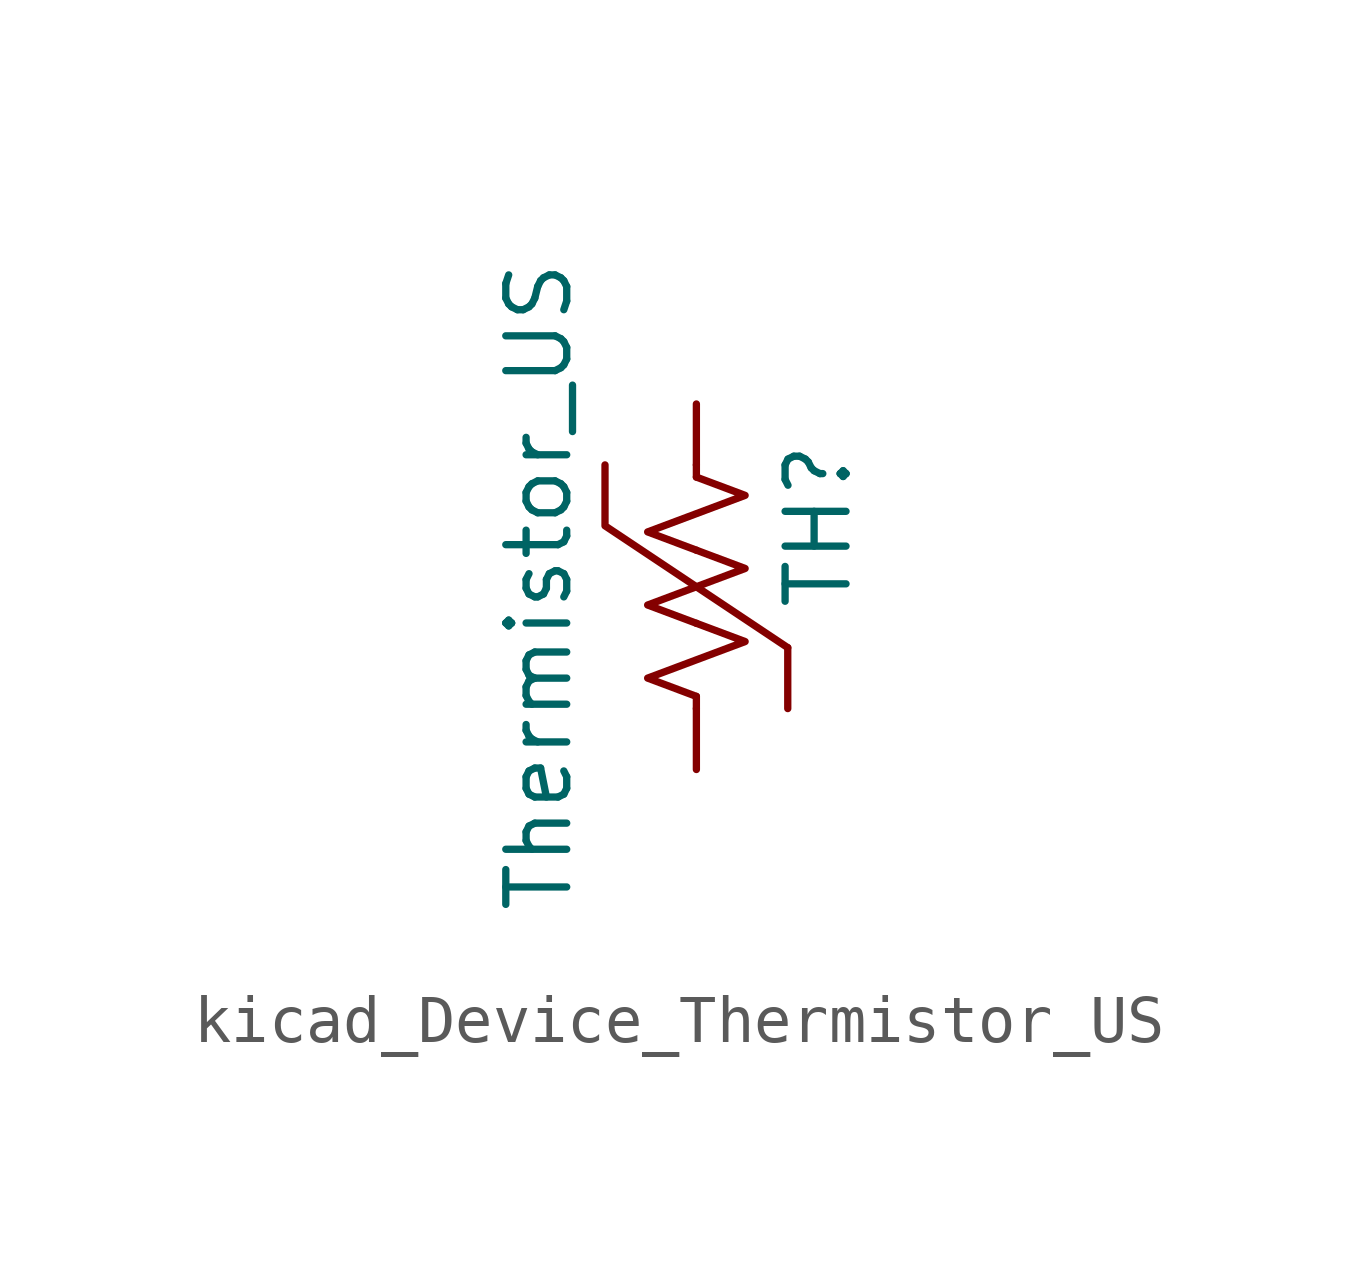
<source format=kicad_sym>
(kicad_symbol_lib
  (version 20220914)
  (generator kicad_symbol_editor)
  (symbol "kicad_Device_Thermistor_US"
    (pin_numbers hide)
    (pin_names
      (offset 0))
    (property "Reference" "TH"
      (at 2.54 1.27 90)
      (effects (font (size 1.27 1.27))))
    (property "Value" "Thermistor_US"
      (at -2.54 0 90)
      (effects (font (size 1.27 1.27)) (justify bottom)))
    (symbol "kicad_Device_Thermistor_US_0_1"
      (polyline (pts (xy 0 -2.286) (xy 0 -2.54)) (stroke (width 0) (type default)) (fill (type none)))
      (polyline (pts (xy 0 2.286) (xy 0 2.54)) (stroke (width 0) (type default)) (fill (type none)))
      (polyline (pts (xy 1.905 -1.27) (xy 1.905 -2.54)) (stroke (width 0) (type default)) (fill (type none)))
      (polyline (pts (xy -1.905 2.54) (xy -1.905 1.27) (xy 1.905 -1.27)) (stroke (width 0) (type default)) (fill (type none)))
      (polyline (pts (xy 0 -0.762) (xy 1.016 -1.143) (xy 0 -1.524) (xy -1.016 -1.905) (xy 0 -2.286)) (stroke (width 0) (type default)) (fill (type none)))
      (polyline (pts (xy 0 0.762) (xy 1.016 0.381) (xy 0 0) (xy -1.016 -0.381) (xy 0 -0.762)) (stroke (width 0) (type default)) (fill (type none)))
      (polyline (pts (xy 0 2.286) (xy 1.016 1.905) (xy 0 1.524) (xy -1.016 1.143) (xy 0 0.762)) (stroke (width 0) (type default)) (fill (type none))))
    (symbol "kicad_Device_Thermistor_US_1_1"
      (pin passive line (at 0 3.81 270) (length 1.27) (name "~" (effects (font (size 1.27 1.27)))) (number "1" (effects (font (size 1.27 1.27)))))
      (pin passive line (at 0 -3.81 90) (length 1.27) (name "~" (effects (font (size 1.27 1.27)))) (number "2" (effects (font (size 1.27 1.27))))))))
</source>
